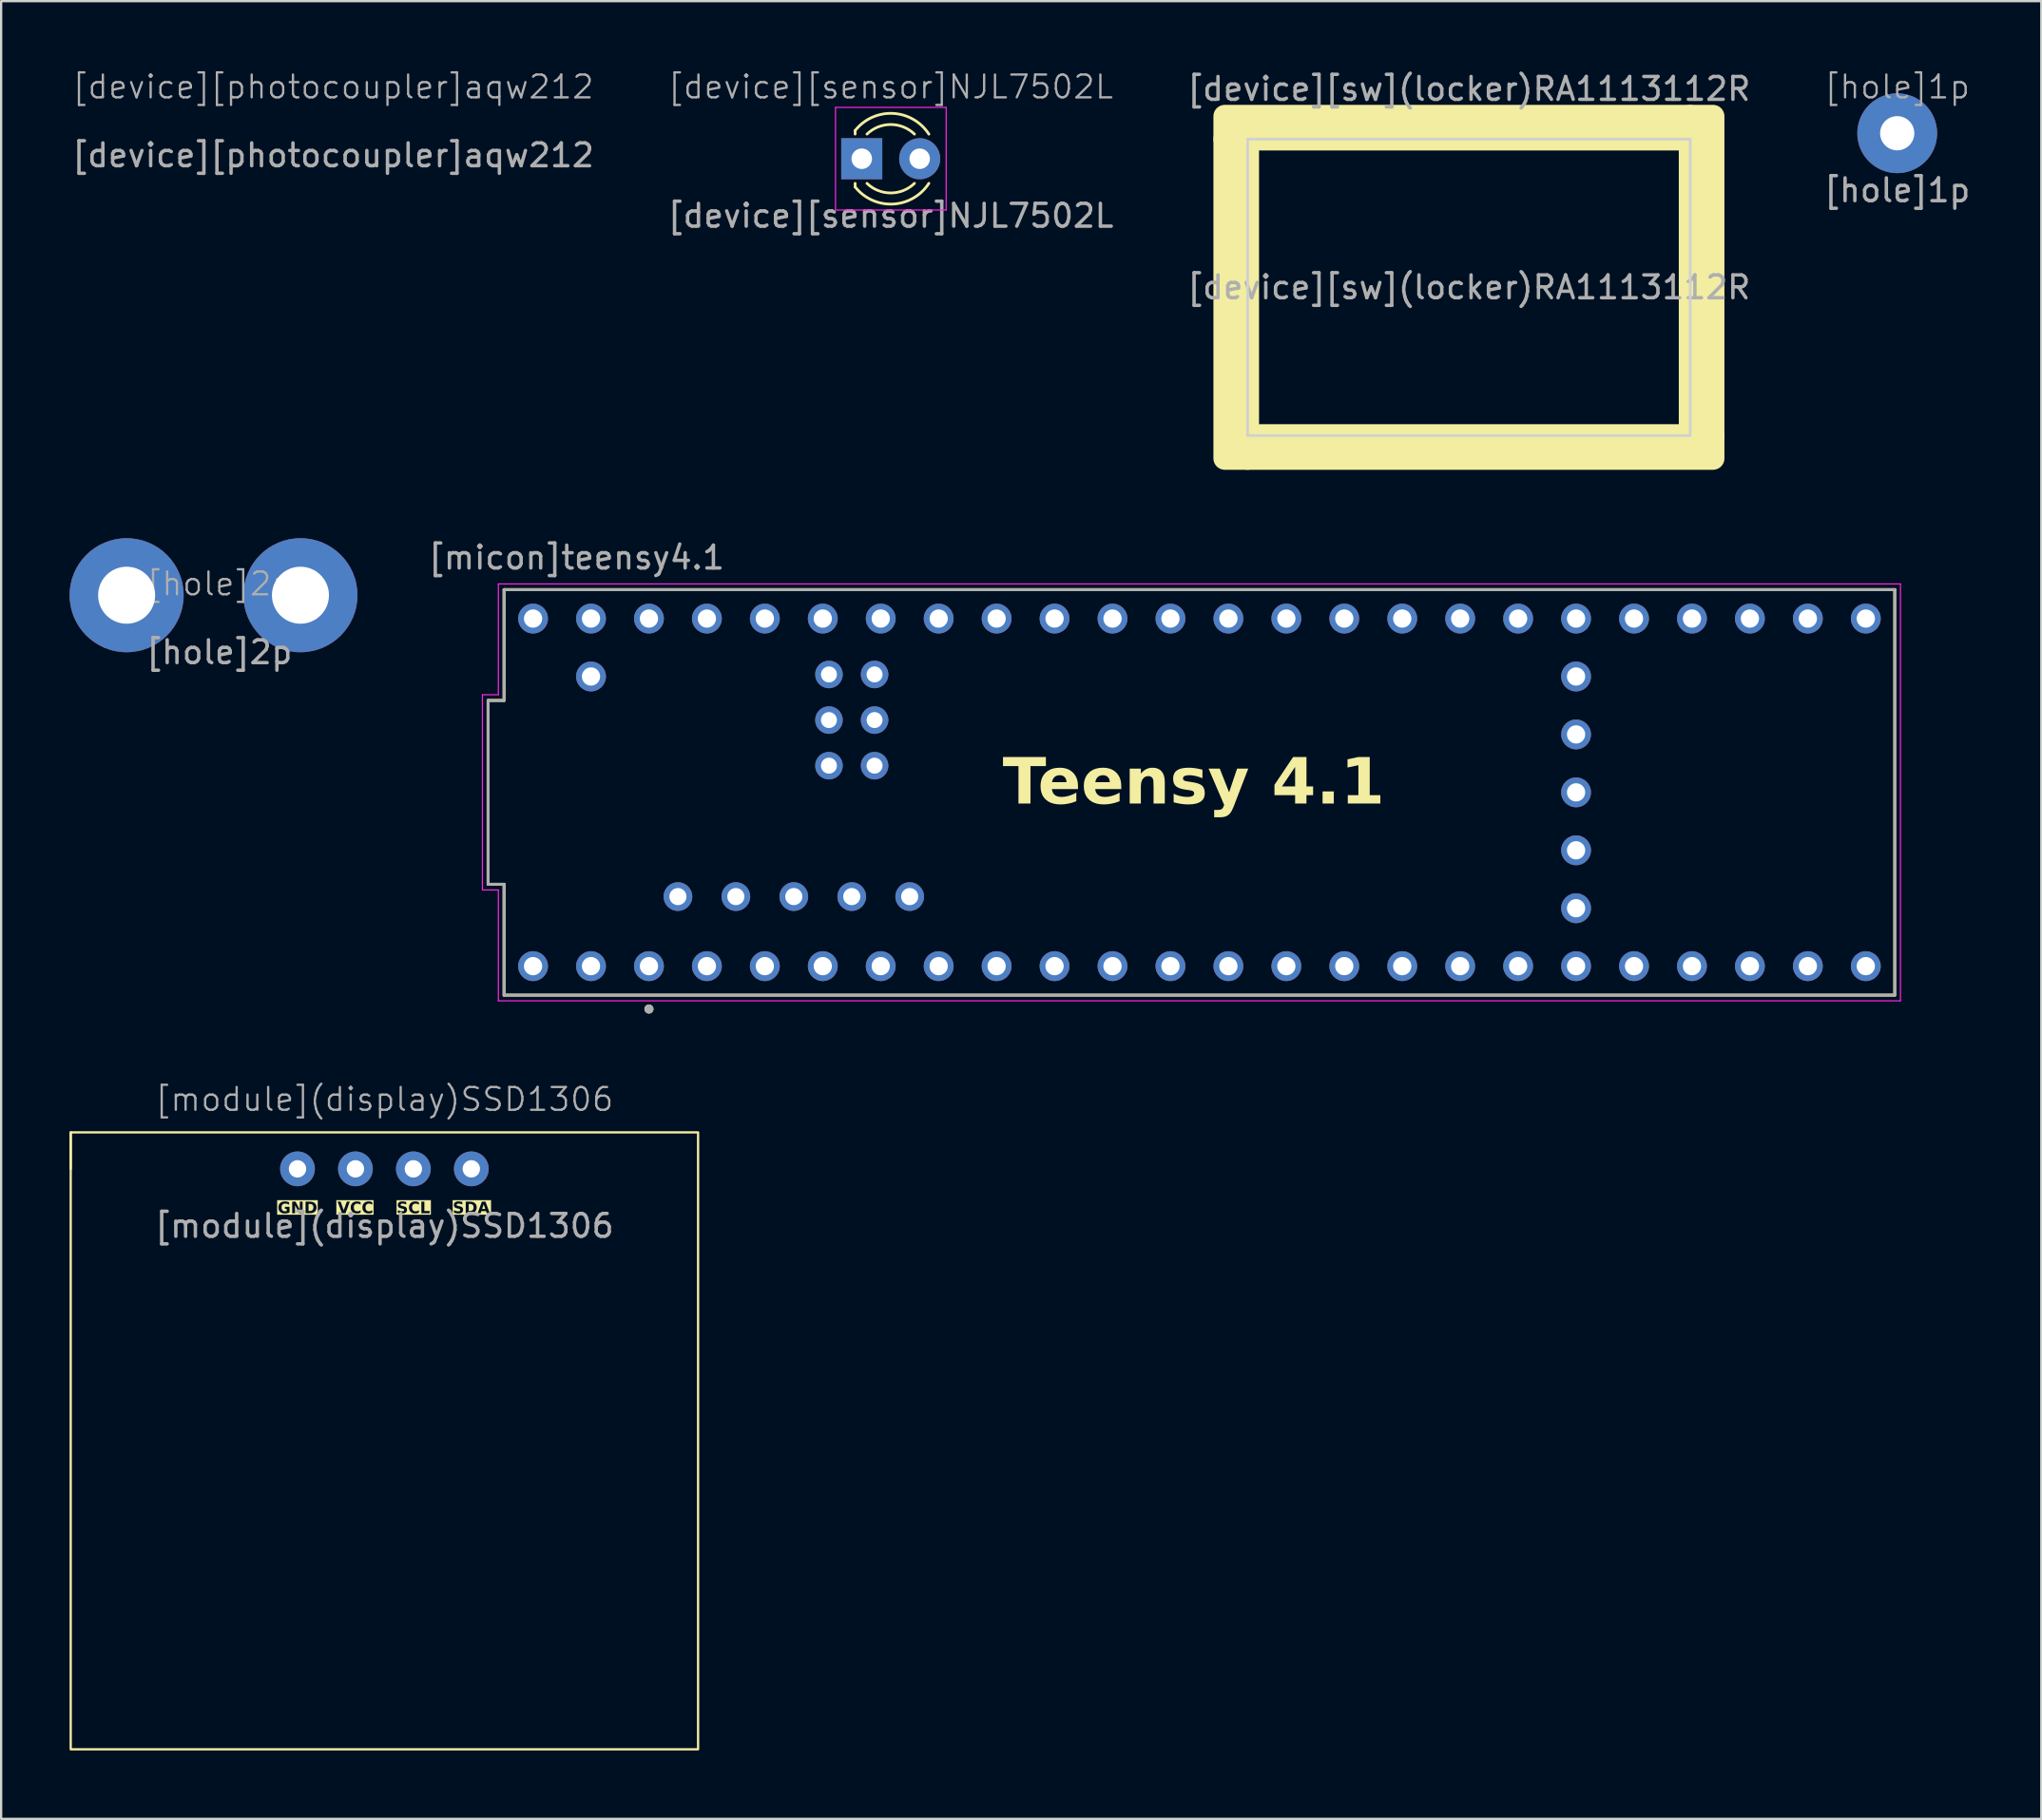
<source format=kicad_pcb>
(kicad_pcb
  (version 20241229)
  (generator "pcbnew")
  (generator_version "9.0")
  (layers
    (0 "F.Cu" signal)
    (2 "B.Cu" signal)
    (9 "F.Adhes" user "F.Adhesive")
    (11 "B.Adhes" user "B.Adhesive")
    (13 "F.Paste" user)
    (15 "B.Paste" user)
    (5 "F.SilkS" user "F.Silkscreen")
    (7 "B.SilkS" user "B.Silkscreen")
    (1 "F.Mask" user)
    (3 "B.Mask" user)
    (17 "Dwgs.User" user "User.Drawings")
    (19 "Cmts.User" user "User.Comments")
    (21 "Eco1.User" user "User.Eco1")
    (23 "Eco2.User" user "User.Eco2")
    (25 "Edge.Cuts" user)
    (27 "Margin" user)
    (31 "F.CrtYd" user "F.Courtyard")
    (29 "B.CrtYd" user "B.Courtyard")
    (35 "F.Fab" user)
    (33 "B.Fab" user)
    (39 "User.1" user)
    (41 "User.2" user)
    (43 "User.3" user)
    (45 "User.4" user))
  (footprint "[device][sensor]NJL7502L"
    (layer "F.Cu")
    (at 35.994 3.91)
    (property "Reference" "[device][sensor]NJL7502L" (at 0 -3.15 0) (unlocked yes) (layer "F.Fab") (effects (font (size 1 1) (thickness 0.1))))
    (attr through_hole)
    (fp_line (start -1.56 -1.236) (end -1.56 -1.08) (stroke (width 0.12) (type solid)) (layer "F.SilkS"))
    (fp_line (start -1.56 1.08) (end -1.56 1.236) (stroke (width 0.12) (type solid)) (layer "F.SilkS"))
    (fp_arc (start -1.56 -1.235516) (mid 0.096487 -1.987659) (end 1.672335 -1.078608) (stroke (width 0.12) (type solid)) (layer "F.SilkS"))
    (fp_arc (start -1.040961 -1.08) (mid 0.000117 -1.5) (end 1.04113 -1.079837) (stroke (width 0.12) (type solid)) (layer "F.SilkS"))
    (fp_arc (start 1.04113 1.079837) (mid 0.000117 1.5) (end -1.040961 1.08) (stroke (width 0.12) (type solid)) (layer "F.SilkS"))
    (fp_arc (start 1.672335 1.078608) (mid 0.096487 1.987659) (end -1.56 1.235516) (stroke (width 0.12) (type solid)) (layer "F.SilkS"))
    (fp_line (start -2.42 -2.25) (end -2.42 2.25) (stroke (width 0.05) (type solid)) (layer "F.CrtYd"))
    (fp_line (start -2.42 2.25) (end 2.43 2.25) (stroke (width 0.05) (type solid)) (layer "F.CrtYd"))
    (fp_line (start 2.43 -2.25) (end -2.42 -2.25) (stroke (width 0.05) (type solid)) (layer "F.CrtYd"))
    (fp_line (start 2.43 2.25) (end 2.43 -2.25) (stroke (width 0.05) (type solid)) (layer "F.CrtYd"))
    (fp_text user "${REFERENCE}" (at 0 2.5 0) (unlocked yes) (layer "F.Fab") (effects (font (size 1 1) (thickness 0.15))))
    (pad "1" thru_hole rect (at -1.27 0) (size 1.8 1.8) (drill 0.9) (layers "*.Cu" "*.Mask"))
    (pad "2" thru_hole circle (at 1.27 0) (size 1.8 1.8) (drill 0.9) (layers "*.Cu" "*.Mask")))
  (footprint "[device][sw](locker)RA1113112R"
    (layer "F.Cu")
    (at 61.339 9.548)
    (property "Reference" "[device][sw](locker)RA1113112R" (at 0 -8.7 0) (unlocked yes) (layer "F.Fab") (effects (font (size 1 1) (thickness 0.15))))
    (attr through_hole)
    (fp_rect (start -10.7 -7.5) (end 9.7 -6.5) (stroke (width 1) (type solid)) (fill yes) (layer "F.SilkS"))
    (fp_rect (start -10.7 -6.5) (end -9.7 7.5) (stroke (width 1) (type solid)) (fill yes) (layer "F.SilkS"))
    (fp_rect (start -9.7 6.5) (end 10.7 7.5) (stroke (width 1) (type solid)) (fill yes) (layer "F.SilkS"))
    (fp_rect (start 9.7 -7.5) (end 10.7 6.5) (stroke (width 1) (type solid)) (fill yes) (layer "F.SilkS"))
    (fp_rect (start 9.7 -6.5) (end -9.7 6.5) (stroke (width 0.12) (type default)) (fill no) (layer "Edge.Cuts"))
    (fp_text user "${REFERENCE}" (at 0 0 0) (unlocked yes) (layer "F.Fab") (effects (font (size 1 1) (thickness 0.15)))))
  (footprint "[micon]teensy4.1"
    (layer "F.Cu")
    (at 49.526 31.692)
    (property "Reference" "[micon]teensy4.1" (at -27.305 -10.295 0) (layer "F.Fab") (effects (font (size 1 1) (thickness 0.15))))
    (attr through_hole)
    (fp_line (start -31.18 4.03) (end -31.18 -4.03) (stroke (width 0.127) (type solid)) (layer "F.SilkS"))
    (fp_line (start -30.48 -8.89) (end -30.48 -4.03) (stroke (width 0.127) (type solid)) (layer "F.SilkS"))
    (fp_line (start -30.48 -8.89) (end 30.48 -8.89) (stroke (width 0.127) (type solid)) (layer "F.SilkS"))
    (fp_line (start -30.48 -4.03) (end -31.18 -4.03) (stroke (width 0.127) (type solid)) (layer "F.SilkS"))
    (fp_line (start -30.48 4.03) (end -31.18 4.03) (stroke (width 0.127) (type solid)) (layer "F.SilkS"))
    (fp_line (start -30.48 8.89) (end -30.48 4.03) (stroke (width 0.127) (type solid)) (layer "F.SilkS"))
    (fp_line (start 30.48 -8.89) (end 30.48 8.89) (stroke (width 0.127) (type solid)) (layer "F.SilkS"))
    (fp_line (start 30.48 8.89) (end -30.48 8.89) (stroke (width 0.127) (type solid)) (layer "F.SilkS"))
    (fp_circle (center -24.13 9.5) (end -24.03 9.5) (stroke (width 0.2) (type solid)) (fill no) (layer "F.SilkS"))
    (fp_line (start -31.43 4.28) (end -31.43 -4.28) (stroke (width 0.05) (type solid)) (layer "F.CrtYd"))
    (fp_line (start -30.73 -9.14) (end -30.73 -4.28) (stroke (width 0.05) (type solid)) (layer "F.CrtYd"))
    (fp_line (start -30.73 -9.14) (end 30.73 -9.14) (stroke (width 0.05) (type solid)) (layer "F.CrtYd"))
    (fp_line (start -30.73 -4.28) (end -31.43 -4.28) (stroke (width 0.05) (type solid)) (layer "F.CrtYd"))
    (fp_line (start -30.73 4.28) (end -31.43 4.28) (stroke (width 0.05) (type solid)) (layer "F.CrtYd"))
    (fp_line (start -30.73 9.14) (end -30.73 4.28) (stroke (width 0.05) (type solid)) (layer "F.CrtYd"))
    (fp_line (start 30.73 -9.14) (end 30.73 9.14) (stroke (width 0.05) (type solid)) (layer "F.CrtYd"))
    (fp_line (start 30.73 9.14) (end -30.73 9.14) (stroke (width 0.05) (type solid)) (layer "F.CrtYd"))
    (fp_line (start -31.18 4.03) (end -31.18 -4.03) (stroke (width 0.127) (type solid)) (layer "F.Fab"))
    (fp_line (start -30.48 -8.89) (end -30.48 -4.03) (stroke (width 0.127) (type solid)) (layer "F.Fab"))
    (fp_line (start -30.48 -8.89) (end 30.48 -8.89) (stroke (width 0.127) (type solid)) (layer "F.Fab"))
    (fp_line (start -30.48 -4.03) (end -31.18 -4.03) (stroke (width 0.127) (type solid)) (layer "F.Fab"))
    (fp_line (start -30.48 4.03) (end -31.18 4.03) (stroke (width 0.127) (type solid)) (layer "F.Fab"))
    (fp_line (start -30.48 8.89) (end -30.48 4.03) (stroke (width 0.127) (type solid)) (layer "F.Fab"))
    (fp_line (start 30.48 -8.89) (end 30.48 8.89) (stroke (width 0.127) (type solid)) (layer "F.Fab"))
    (fp_line (start 30.48 8.89) (end -30.48 8.89) (stroke (width 0.127) (type solid)) (layer "F.Fab"))
    (fp_circle (center -24.13 9.5) (end -24.03 9.5) (stroke (width 0.2) (type solid)) (fill no) (layer "F.Fab"))
    (fp_text user "Teensy 4.1" (at -0.25 -0.34 0) (layer "F.SilkS") (effects (font (face "Arial Black") (size 2 2) (thickness 0.15))))
    (pad "0" thru_hole circle (at -26.67 7.62) (size 1.308 1.308) (drill 0.8) (layers "*.Cu" "*.Mask"))
    (pad "1" thru_hole circle (at -24.13 7.62) (size 1.308 1.308) (drill 0.8) (layers "*.Cu" "*.Mask"))
    (pad "2" thru_hole circle (at -21.59 7.62) (size 1.308 1.308) (drill 0.8) (layers "*.Cu" "*.Mask"))
    (pad "3" thru_hole circle (at -19.05 7.62) (size 1.308 1.308) (drill 0.8) (layers "*.Cu" "*.Mask"))
    (pad "3.3V_1" thru_hole circle (at 6.35 7.62) (size 1.308 1.308) (drill 0.8) (layers "*.Cu" "*.Mask"))
    (pad "3.3V_2" thru_hole circle (at -24.13 -7.62) (size 1.308 1.308) (drill 0.8) (layers "*.Cu" "*.Mask"))
    (pad "3.3V_3" thru_hole circle (at 16.51 2.54) (size 1.308 1.308) (drill 0.8) (layers "*.Cu" "*.Mask"))
    (pad "4" thru_hole circle (at -16.51 7.62) (size 1.308 1.308) (drill 0.8) (layers "*.Cu" "*.Mask"))
    (pad "5" thru_hole circle (at -13.97 7.62) (size 1.308 1.308) (drill 0.8) (layers "*.Cu" "*.Mask"))
    (pad "5V" thru_hole circle (at -22.86 4.57) (size 1.258 1.258) (drill 0.75) (layers "*.Cu" "*.Mask"))
    (pad "6" thru_hole circle (at -11.43 7.62) (size 1.308 1.308) (drill 0.8) (layers "*.Cu" "*.Mask"))
    (pad "7" thru_hole circle (at -8.89 7.62) (size 1.308 1.308) (drill 0.8) (layers "*.Cu" "*.Mask"))
    (pad "8" thru_hole circle (at -6.35 7.62) (size 1.308 1.308) (drill 0.8) (layers "*.Cu" "*.Mask"))
    (pad "9" thru_hole circle (at -3.81 7.62) (size 1.308 1.308) (drill 0.8) (layers "*.Cu" "*.Mask"))
    (pad "10" thru_hole circle (at -1.27 7.62) (size 1.308 1.308) (drill 0.8) (layers "*.Cu" "*.Mask"))
    (pad "11" thru_hole circle (at 1.27 7.62) (size 1.308 1.308) (drill 0.8) (layers "*.Cu" "*.Mask"))
    (pad "12" thru_hole circle (at 3.81 7.62) (size 1.308 1.308) (drill 0.8) (layers "*.Cu" "*.Mask"))
    (pad "13" thru_hole circle (at 3.81 -7.62) (size 1.308 1.308) (drill 0.8) (layers "*.Cu" "*.Mask"))
    (pad "14" thru_hole circle (at 1.27 -7.62) (size 1.308 1.308) (drill 0.8) (layers "*.Cu" "*.Mask"))
    (pad "15" thru_hole circle (at -1.27 -7.62) (size 1.308 1.308) (drill 0.8) (layers "*.Cu" "*.Mask"))
    (pad "16" thru_hole circle (at -3.81 -7.62) (size 1.308 1.308) (drill 0.8) (layers "*.Cu" "*.Mask"))
    (pad "17" thru_hole circle (at -6.35 -7.62) (size 1.308 1.308) (drill 0.8) (layers "*.Cu" "*.Mask"))
    (pad "18" thru_hole circle (at -8.89 -7.62) (size 1.308 1.308) (drill 0.8) (layers "*.Cu" "*.Mask"))
    (pad "19" thru_hole circle (at -11.43 -7.62) (size 1.308 1.308) (drill 0.8) (layers "*.Cu" "*.Mask"))
    (pad "20" thru_hole circle (at -13.97 -7.62) (size 1.308 1.308) (drill 0.8) (layers "*.Cu" "*.Mask"))
    (pad "21" thru_hole circle (at -16.51 -7.62) (size 1.308 1.308) (drill 0.8) (layers "*.Cu" "*.Mask"))
    (pad "22" thru_hole circle (at -19.05 -7.62) (size 1.308 1.308) (drill 0.8) (layers "*.Cu" "*.Mask"))
    (pad "23" thru_hole circle (at -21.59 -7.62) (size 1.308 1.308) (drill 0.8) (layers "*.Cu" "*.Mask"))
    (pad "24" thru_hole circle (at 8.89 7.62) (size 1.308 1.308) (drill 0.8) (layers "*.Cu" "*.Mask"))
    (pad "25" thru_hole circle (at 11.43 7.62) (size 1.308 1.308) (drill 0.8) (layers "*.Cu" "*.Mask"))
    (pad "26" thru_hole circle (at 13.97 7.62) (size 1.308 1.308) (drill 0.8) (layers "*.Cu" "*.Mask"))
    (pad "27" thru_hole circle (at 16.51 7.62) (size 1.308 1.308) (drill 0.8) (layers "*.Cu" "*.Mask"))
    (pad "28" thru_hole circle (at 19.05 7.62) (size 1.308 1.308) (drill 0.8) (layers "*.Cu" "*.Mask"))
    (pad "29" thru_hole circle (at 21.59 7.62) (size 1.308 1.308) (drill 0.8) (layers "*.Cu" "*.Mask"))
    (pad "30" thru_hole circle (at 24.13 7.62) (size 1.308 1.308) (drill 0.8) (layers "*.Cu" "*.Mask"))
    (pad "31" thru_hole circle (at 26.67 7.62) (size 1.308 1.308) (drill 0.8) (layers "*.Cu" "*.Mask"))
    (pad "32" thru_hole circle (at 29.21 7.62) (size 1.308 1.308) (drill 0.8) (layers "*.Cu" "*.Mask"))
    (pad "33" thru_hole circle (at 29.21 -7.62) (size 1.308 1.308) (drill 0.8) (layers "*.Cu" "*.Mask"))
    (pad "34" thru_hole circle (at 26.67 -7.62) (size 1.308 1.308) (drill 0.8) (layers "*.Cu" "*.Mask"))
    (pad "35" thru_hole circle (at 24.13 -7.62) (size 1.308 1.308) (drill 0.8) (layers "*.Cu" "*.Mask"))
    (pad "36" thru_hole circle (at 21.59 -7.62) (size 1.308 1.308) (drill 0.8) (layers "*.Cu" "*.Mask"))
    (pad "37" thru_hole circle (at 19.05 -7.62) (size 1.308 1.308) (drill 0.8) (layers "*.Cu" "*.Mask"))
    (pad "38" thru_hole circle (at 16.51 -7.62) (size 1.308 1.308) (drill 0.8) (layers "*.Cu" "*.Mask"))
    (pad "39" thru_hole circle (at 13.97 -7.62) (size 1.308 1.308) (drill 0.8) (layers "*.Cu" "*.Mask"))
    (pad "40" thru_hole circle (at 11.43 -7.62) (size 1.308 1.308) (drill 0.8) (layers "*.Cu" "*.Mask"))
    (pad "41" thru_hole circle (at 8.89 -7.62) (size 1.308 1.308) (drill 0.8) (layers "*.Cu" "*.Mask"))
    (pad "D+" thru_hole circle (at -17.78 4.57) (size 1.258 1.258) (drill 0.75) (layers "*.Cu" "*.Mask"))
    (pad "D-" thru_hole circle (at -20.32 4.57) (size 1.258 1.258) (drill 0.75) (layers "*.Cu" "*.Mask"))
    (pad "GND1" thru_hole circle (at -29.21 7.62) (size 1.308 1.308) (drill 0.8) (layers "*.Cu" "*.Mask"))
    (pad "GND2" thru_hole circle (at 6.35 -7.62) (size 1.308 1.308) (drill 0.8) (layers "*.Cu" "*.Mask"))
    (pad "GND3" thru_hole circle (at -26.67 -7.62) (size 1.308 1.308) (drill 0.8) (layers "*.Cu" "*.Mask"))
    (pad "GND4" thru_hole circle (at 16.51 0) (size 1.308 1.308) (drill 0.8) (layers "*.Cu" "*.Mask"))
    (pad "GND5" thru_hole circle (at -14.24 -3.17) (size 1.208 1.208) (drill 0.7) (layers "*.Cu" "*.Mask"))
    (pad "LED" thru_hole circle (at -16.24 -3.17) (size 1.208 1.208) (drill 0.7) (layers "*.Cu" "*.Mask"))
    (pad "ON/OFF" thru_hole circle (at 16.51 -5.08) (size 1.308 1.308) (drill 0.8) (layers "*.Cu" "*.Mask"))
    (pad "PROGRAM" thru_hole circle (at 16.51 -2.54) (size 1.308 1.308) (drill 0.8) (layers "*.Cu" "*.Mask"))
    (pad "R+" thru_hole circle (at -16.24 -5.17) (size 1.208 1.208) (drill 0.7) (layers "*.Cu" "*.Mask"))
    (pad "R-" thru_hole circle (at -14.24 -5.17) (size 1.208 1.208) (drill 0.7) (layers "*.Cu" "*.Mask"))
    (pad "T+" thru_hole circle (at -14.24 -1.17) (size 1.208 1.208) (drill 0.7) (layers "*.Cu" "*.Mask"))
    (pad "T-" thru_hole circle (at -16.24 -1.17) (size 1.208 1.208) (drill 0.7) (layers "*.Cu" "*.Mask"))
    (pad "USB_GND1" thru_hole circle (at -15.24 4.57) (size 1.258 1.258) (drill 0.75) (layers "*.Cu" "*.Mask"))
    (pad "USB_GND2" thru_hole circle (at -12.7 4.57) (size 1.258 1.258) (drill 0.75) (layers "*.Cu" "*.Mask"))
    (pad "VBAT" thru_hole circle (at 16.51 5.08) (size 1.308 1.308) (drill 0.8) (layers "*.Cu" "*.Mask"))
    (pad "VIN" thru_hole circle (at -29.21 -7.62) (size 1.308 1.308) (drill 0.8) (layers "*.Cu" "*.Mask"))
    (pad "VUSB" thru_hole circle (at -26.67 -5.08) (size 1.308 1.308) (drill 0.8) (layers "*.Cu" "*.Mask")))
  (footprint "[hole]1p"
    (layer "F.Cu")
    (at 80.113 2.792)
    (property "Reference" "[hole]1p" (at 0 -2.032 0) (unlocked yes) (layer "F.Fab") (effects (font (size 1 1) (thickness 0.1))))
    (attr through_hole)
    (fp_text user "${REFERENCE}" (at 0 2.5 0) (unlocked yes) (layer "F.Fab") (effects (font (size 1 1) (thickness 0.15))))
    (pad "1" thru_hole circle (at 0 0) (size 3.5 3.5) (drill 1.5) (layers "*.Cu" "*.Mask")))
  (footprint "[device][photocoupler]aqw212"
    (layer "F.Cu")
    (at 11.554 1.26)
    (property "Reference" "[device][photocoupler]aqw212" (at 0 -0.5 0) (unlocked yes) (layer "F.Fab") (effects (font (size 1 1) (thickness 0.1))))
    (attr smd)
    (fp_text user "${REFERENCE}" (at 0 2.5 0) (unlocked yes) (layer "F.Fab") (effects (font (size 1 1) (thickness 0.15)))))
  (footprint "[hole]2p"
    (layer "F.Cu")
    (at 6.564 23.048)
    (property "Reference" "[hole]2p" (at 0 -0.5 0) (unlocked yes) (layer "F.Fab") (effects (font (size 1 1) (thickness 0.1))))
    (attr through_hole)
    (fp_text user "${REFERENCE}" (at 0 2.5 0) (unlocked yes) (layer "F.Fab") (effects (font (size 1 1) (thickness 0.15))))
    (pad "1" thru_hole circle (at -4.064 0) (size 5 5) (drill 2.5) (layers "*.Cu" "*.Mask"))
    (pad "2" thru_hole circle (at 3.556 0) (size 5 5) (drill 2.5) (layers "*.Cu" "*.Mask")))
  (footprint "[module](display)SSD1306"
    (layer "F.Cu")
    (at 13.8 48.2)
    (property "Reference" "[module](display)SSD1306" (at 0 -3.048 0) (unlocked yes) (layer "F.Fab") (effects (font (size 1 1) (thickness 0.1))))
    (attr through_hole)
    (fp_line (start -13.75 0) (end -13.75 -1.6) (stroke (width 0.1) (type default)) (layer "F.SilkS"))
    (fp_rect (start -13.75 -1.6) (end 13.75 25.45) (stroke (width 0.1) (type default)) (fill no) (layer "F.SilkS"))
    (fp_text user "SDA" (at 3.81 2.032 0) (unlocked yes) (layer "F.SilkS" knockout) (effects (font (face "Arial Black") (size 0.5 0.5) (thickness 0.1)) (justify bottom)))
    (fp_text user "SCL" (at 1.27 2.032 0) (unlocked yes) (layer "F.SilkS" knockout) (effects (font (face "Arial Black") (size 0.5 0.5) (thickness 0.1)) (justify bottom)))
    (fp_text user "VCC" (at -1.27 2.032 0) (unlocked yes) (layer "F.SilkS" knockout) (effects (font (face "Arial Black") (size 0.5 0.5) (thickness 0.1)) (justify bottom)))
    (fp_text user "GND" (at -3.81 2.032 0) (unlocked yes) (layer "F.SilkS" knockout) (effects (font (face "Arial Black") (size 0.5 0.5) (thickness 0.1)) (justify bottom)))
    (fp_text user "${REFERENCE}" (at 0 2.5 0) (unlocked yes) (layer "F.Fab") (effects (font (size 1 1) (thickness 0.15))))
    (pad "1" thru_hole circle (at -1.27 0) (size 1.524 1.524) (drill 0.762) (layers "*.Cu" "*.Mask"))
    (pad "2" thru_hole circle (at -3.81 0) (size 1.524 1.524) (drill 0.762) (layers "*.Cu" "*.Mask"))
    (pad "3" thru_hole circle (at 1.27 0) (size 1.524 1.524) (drill 0.762) (layers "*.Cu" "*.Mask"))
    (pad "4" thru_hole circle (at 3.81 0) (size 1.524 1.524) (drill 0.762) (layers "*.Cu" "*.Mask")))
  (gr_rect
    (start -3 -3)
    (end 86.429 76.7)
    (stroke (width 0.1) (type default))
    (fill no)
    (layer "Edge.Cuts")))
</source>
